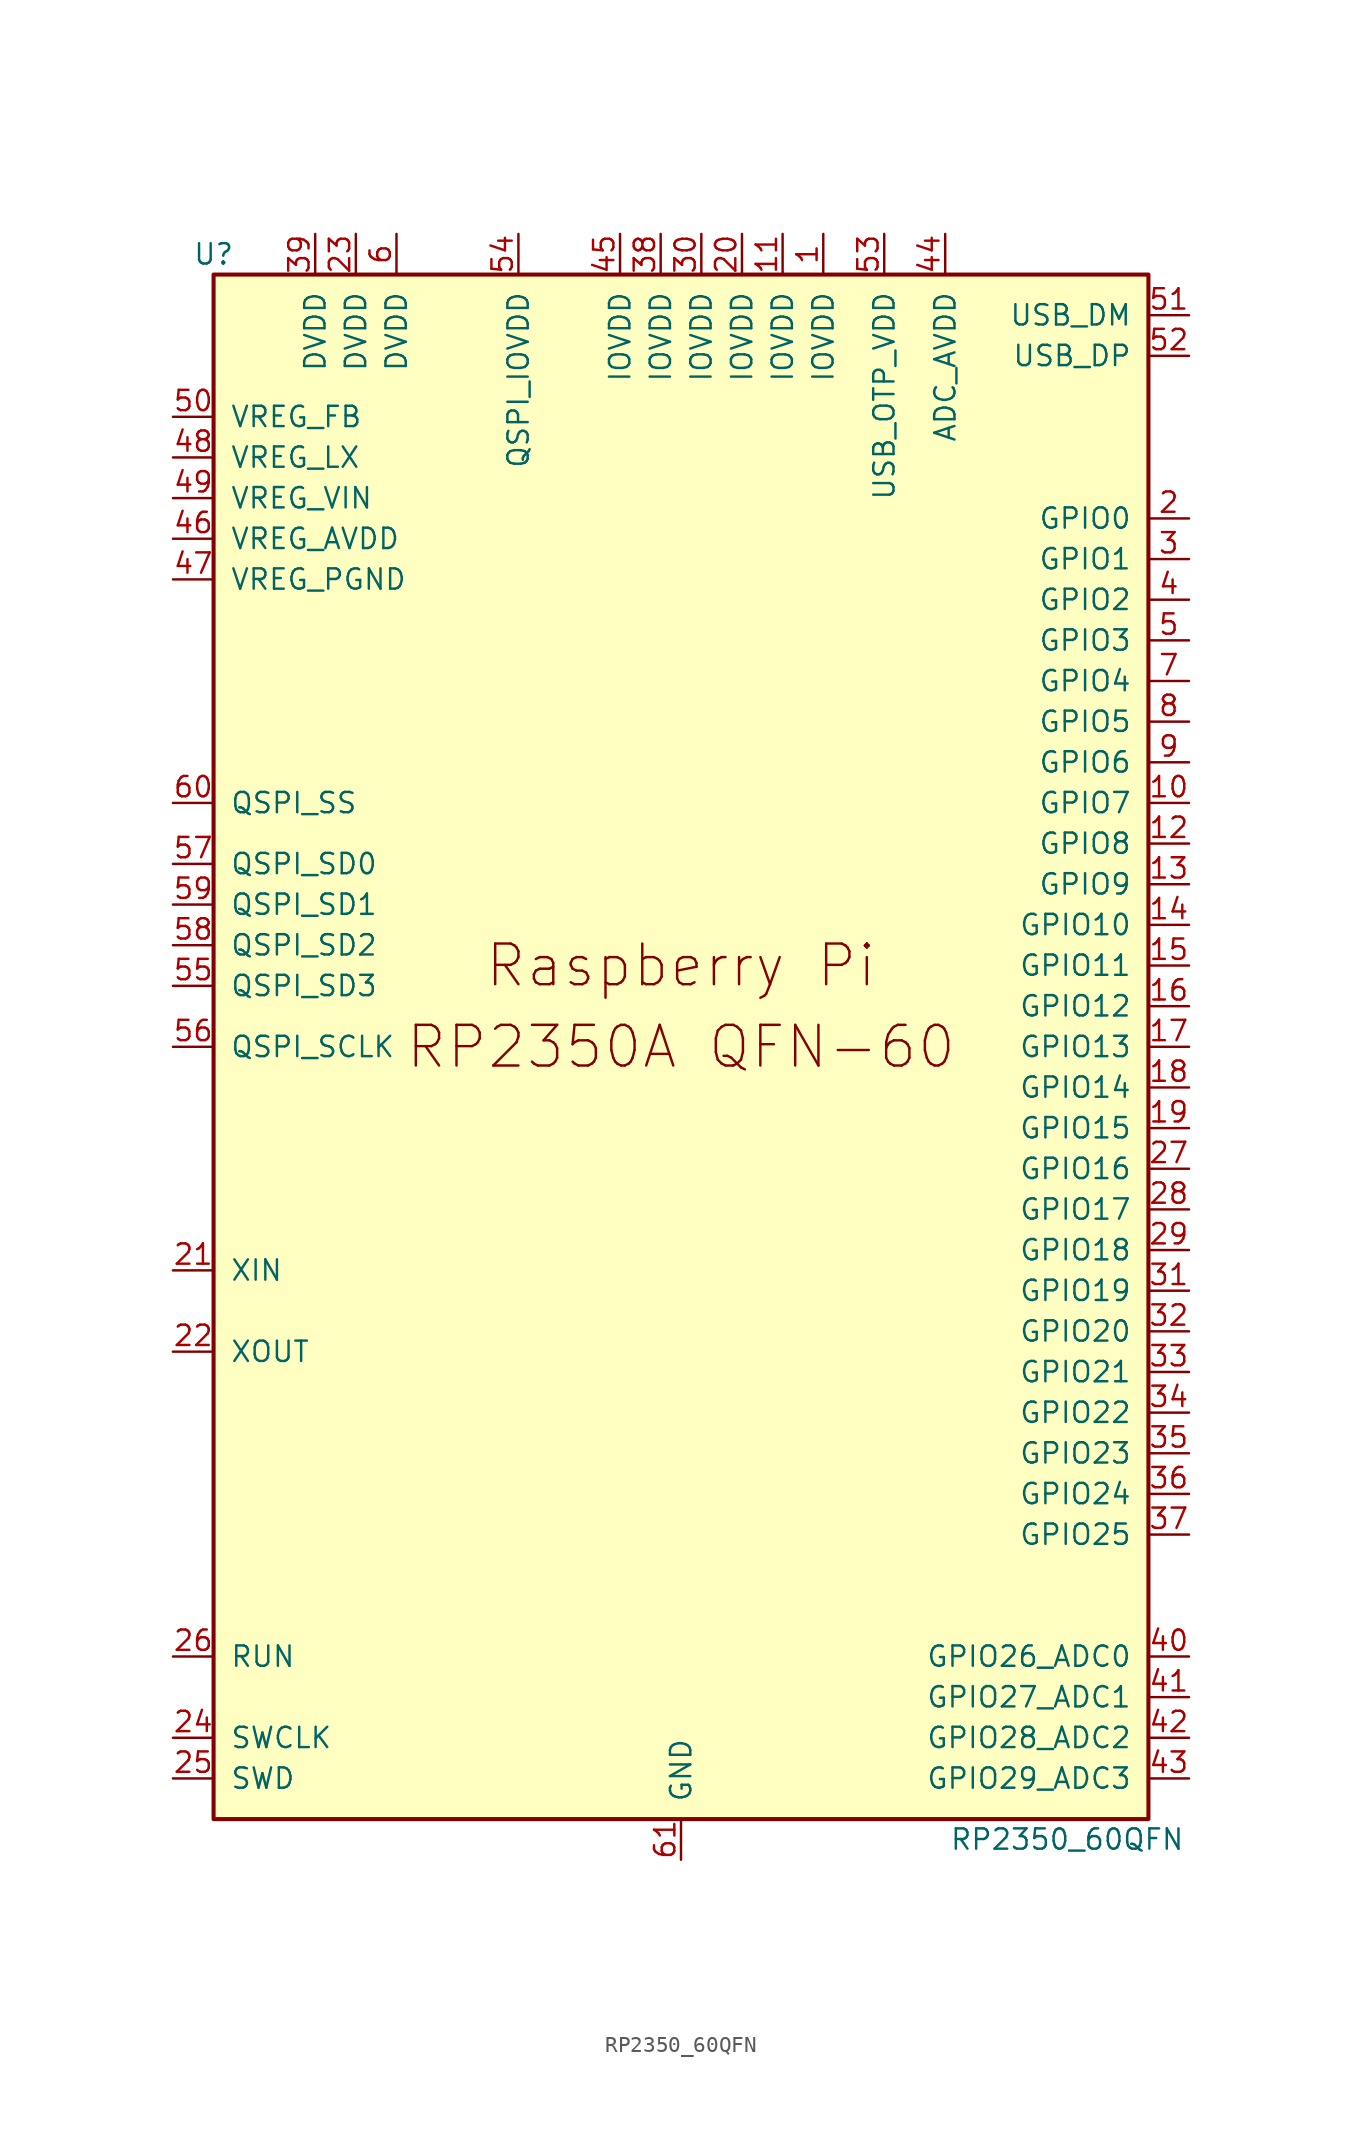
<source format=kicad_sym>
(kicad_symbol_lib
  (version 20241209)
  (generator "kicad_symbol_editor")
  (generator_version "9.0")
  (symbol "RP2350_60QFN"
    (pin_names
      (offset 1.016))
    (property "Reference" "U"
      (at -29.21 49.53 0)
      (effects (font (size 1.27 1.27))))
    (property "Value" "RP2350_60QFN"
      (at 24.13 -49.53 0)
      (effects (font (size 1.27 1.27))))
    (symbol "RP2350_60QFN_0_0"
      (text "Raspberry Pi" (at 0 5.08 0) (effects (font (size 2.54 2.54)))))
    (symbol "RP2350_60QFN_0_1"
      (rectangle (start 29.21 48.26) (end -29.21 -48.26) (stroke (width 0.254) (type default)) (fill (type background))))
    (symbol "RP2350_60QFN_1_0"
      (text "RP2350A QFN-60" (at 0 0 0) (effects (font (size 2.54 2.54)))))
    (symbol "RP2350_60QFN_1_1"
      (pin input line (at -31.75 39.37 0) (length 2.54) (name "VREG_FB" (effects (font (size 1.27 1.27)))) (number "50" (effects (font (size 1.27 1.27)))))
      (pin power_out line (at -31.75 36.83 0) (length 2.54) (name "VREG_LX" (effects (font (size 1.27 1.27)))) (number "48" (effects (font (size 1.27 1.27)))))
      (pin power_in line (at -31.75 34.29 0) (length 2.54) (name "VREG_VIN" (effects (font (size 1.27 1.27)))) (number "49" (effects (font (size 1.27 1.27)))))
      (pin power_in line (at -31.75 31.75 0) (length 2.54) (name "VREG_AVDD" (effects (font (size 1.27 1.27)))) (number "46" (effects (font (size 1.27 1.27)))))
      (pin power_in line (at -31.75 29.21 0) (length 2.54) (name "VREG_PGND" (effects (font (size 1.27 1.27)))) (number "47" (effects (font (size 1.27 1.27)))))
      (pin bidirectional line (at -31.75 15.24 0) (length 2.54) (name "QSPI_SS" (effects (font (size 1.27 1.27)))) (number "60" (effects (font (size 1.27 1.27)))))
      (pin bidirectional line (at -31.75 11.43 0) (length 2.54) (name "QSPI_SD0" (effects (font (size 1.27 1.27)))) (number "57" (effects (font (size 1.27 1.27)))))
      (pin bidirectional line (at -31.75 8.89 0) (length 2.54) (name "QSPI_SD1" (effects (font (size 1.27 1.27)))) (number "59" (effects (font (size 1.27 1.27)))))
      (pin bidirectional line (at -31.75 6.35 0) (length 2.54) (name "QSPI_SD2" (effects (font (size 1.27 1.27)))) (number "58" (effects (font (size 1.27 1.27)))))
      (pin bidirectional line (at -31.75 3.81 0) (length 2.54) (name "QSPI_SD3" (effects (font (size 1.27 1.27)))) (number "55" (effects (font (size 1.27 1.27)))))
      (pin output line (at -31.75 0 0) (length 2.54) (name "QSPI_SCLK" (effects (font (size 1.27 1.27)))) (number "56" (effects (font (size 1.27 1.27)))))
      (pin input line (at -31.75 -13.97 0) (length 2.54) (name "XIN" (effects (font (size 1.27 1.27)))) (number "21" (effects (font (size 1.27 1.27)))))
      (pin passive line (at -31.75 -19.05 0) (length 2.54) (name "XOUT" (effects (font (size 1.27 1.27)))) (number "22" (effects (font (size 1.27 1.27)))))
      (pin input line (at -31.75 -38.1 0) (length 2.54) (name "RUN" (effects (font (size 1.27 1.27)))) (number "26" (effects (font (size 1.27 1.27)))))
      (pin output line (at -31.75 -43.18 0) (length 2.54) (name "SWCLK" (effects (font (size 1.27 1.27)))) (number "24" (effects (font (size 1.27 1.27)))))
      (pin bidirectional line (at -31.75 -45.72 0) (length 2.54) (name "SWD" (effects (font (size 1.27 1.27)))) (number "25" (effects (font (size 1.27 1.27)))))
      (pin power_in line (at -22.86 50.8 270) (length 2.54) (name "DVDD" (effects (font (size 1.27 1.27)))) (number "39" (effects (font (size 1.27 1.27)))))
      (pin power_in line (at -20.32 50.8 270) (length 2.54) (name "DVDD" (effects (font (size 1.27 1.27)))) (number "23" (effects (font (size 1.27 1.27)))))
      (pin power_in line (at -17.78 50.8 270) (length 2.54) (name "DVDD" (effects (font (size 1.27 1.27)))) (number "6" (effects (font (size 1.27 1.27)))))
      (pin power_in line (at -10.16 50.8 270) (length 2.54) (name "QSPI_IOVDD" (effects (font (size 1.27 1.27)))) (number "54" (effects (font (size 1.27 1.27)))))
      (pin power_in line (at -3.81 50.8 270) (length 2.54) (name "IOVDD" (effects (font (size 1.27 1.27)))) (number "45" (effects (font (size 1.27 1.27)))))
      (pin power_in line (at -1.27 50.8 270) (length 2.54) (name "IOVDD" (effects (font (size 1.27 1.27)))) (number "38" (effects (font (size 1.27 1.27)))))
      (pin power_in line (at 0 -50.8 90) (length 2.54) (name "GND" (effects (font (size 1.27 1.27)))) (number "61" (effects (font (size 1.27 1.27)))))
      (pin power_in line (at 1.27 50.8 270) (length 2.54) (name "IOVDD" (effects (font (size 1.27 1.27)))) (number "30" (effects (font (size 1.27 1.27)))))
      (pin power_in line (at 3.81 50.8 270) (length 2.54) (name "IOVDD" (effects (font (size 1.27 1.27)))) (number "20" (effects (font (size 1.27 1.27)))))
      (pin power_in line (at 6.35 50.8 270) (length 2.54) (name "IOVDD" (effects (font (size 1.27 1.27)))) (number "11" (effects (font (size 1.27 1.27)))))
      (pin power_in line (at 8.89 50.8 270) (length 2.54) (name "IOVDD" (effects (font (size 1.27 1.27)))) (number "1" (effects (font (size 1.27 1.27)))))
      (pin power_in line (at 12.7 50.8 270) (length 2.54) (name "USB_OTP_VDD" (effects (font (size 1.27 1.27)))) (number "53" (effects (font (size 1.27 1.27)))))
      (pin power_in line (at 16.51 50.8 270) (length 2.54) (name "ADC_AVDD" (effects (font (size 1.27 1.27)))) (number "44" (effects (font (size 1.27 1.27)))))
      (pin bidirectional line (at 31.75 45.72 180) (length 2.54) (name "USB_DM" (effects (font (size 1.27 1.27)))) (number "51" (effects (font (size 1.27 1.27)))))
      (pin bidirectional line (at 31.75 43.18 180) (length 2.54) (name "USB_DP" (effects (font (size 1.27 1.27)))) (number "52" (effects (font (size 1.27 1.27)))))
      (pin bidirectional line (at 31.75 33.02 180) (length 2.54) (name "GPIO0" (effects (font (size 1.27 1.27)))) (number "2" (effects (font (size 1.27 1.27)))))
      (pin bidirectional line (at 31.75 30.48 180) (length 2.54) (name "GPIO1" (effects (font (size 1.27 1.27)))) (number "3" (effects (font (size 1.27 1.27)))))
      (pin bidirectional line (at 31.75 27.94 180) (length 2.54) (name "GPIO2" (effects (font (size 1.27 1.27)))) (number "4" (effects (font (size 1.27 1.27)))))
      (pin bidirectional line (at 31.75 25.4 180) (length 2.54) (name "GPIO3" (effects (font (size 1.27 1.27)))) (number "5" (effects (font (size 1.27 1.27)))))
      (pin bidirectional line (at 31.75 22.86 180) (length 2.54) (name "GPIO4" (effects (font (size 1.27 1.27)))) (number "7" (effects (font (size 1.27 1.27)))))
      (pin bidirectional line (at 31.75 20.32 180) (length 2.54) (name "GPIO5" (effects (font (size 1.27 1.27)))) (number "8" (effects (font (size 1.27 1.27)))))
      (pin bidirectional line (at 31.75 17.78 180) (length 2.54) (name "GPIO6" (effects (font (size 1.27 1.27)))) (number "9" (effects (font (size 1.27 1.27)))))
      (pin bidirectional line (at 31.75 15.24 180) (length 2.54) (name "GPIO7" (effects (font (size 1.27 1.27)))) (number "10" (effects (font (size 1.27 1.27)))))
      (pin bidirectional line (at 31.75 12.7 180) (length 2.54) (name "GPIO8" (effects (font (size 1.27 1.27)))) (number "12" (effects (font (size 1.27 1.27)))))
      (pin bidirectional line (at 31.75 10.16 180) (length 2.54) (name "GPIO9" (effects (font (size 1.27 1.27)))) (number "13" (effects (font (size 1.27 1.27)))))
      (pin bidirectional line (at 31.75 7.62 180) (length 2.54) (name "GPIO10" (effects (font (size 1.27 1.27)))) (number "14" (effects (font (size 1.27 1.27)))))
      (pin bidirectional line (at 31.75 5.08 180) (length 2.54) (name "GPIO11" (effects (font (size 1.27 1.27)))) (number "15" (effects (font (size 1.27 1.27)))))
      (pin bidirectional line (at 31.75 2.54 180) (length 2.54) (name "GPIO12" (effects (font (size 1.27 1.27)))) (number "16" (effects (font (size 1.27 1.27)))))
      (pin bidirectional line (at 31.75 0 180) (length 2.54) (name "GPIO13" (effects (font (size 1.27 1.27)))) (number "17" (effects (font (size 1.27 1.27)))))
      (pin bidirectional line (at 31.75 -2.54 180) (length 2.54) (name "GPIO14" (effects (font (size 1.27 1.27)))) (number "18" (effects (font (size 1.27 1.27)))))
      (pin bidirectional line (at 31.75 -5.08 180) (length 2.54) (name "GPIO15" (effects (font (size 1.27 1.27)))) (number "19" (effects (font (size 1.27 1.27)))))
      (pin bidirectional line (at 31.75 -7.62 180) (length 2.54) (name "GPIO16" (effects (font (size 1.27 1.27)))) (number "27" (effects (font (size 1.27 1.27)))))
      (pin bidirectional line (at 31.75 -10.16 180) (length 2.54) (name "GPIO17" (effects (font (size 1.27 1.27)))) (number "28" (effects (font (size 1.27 1.27)))))
      (pin bidirectional line (at 31.75 -12.7 180) (length 2.54) (name "GPIO18" (effects (font (size 1.27 1.27)))) (number "29" (effects (font (size 1.27 1.27)))))
      (pin bidirectional line (at 31.75 -15.24 180) (length 2.54) (name "GPIO19" (effects (font (size 1.27 1.27)))) (number "31" (effects (font (size 1.27 1.27)))))
      (pin bidirectional line (at 31.75 -17.78 180) (length 2.54) (name "GPIO20" (effects (font (size 1.27 1.27)))) (number "32" (effects (font (size 1.27 1.27)))))
      (pin bidirectional line (at 31.75 -20.32 180) (length 2.54) (name "GPIO21" (effects (font (size 1.27 1.27)))) (number "33" (effects (font (size 1.27 1.27)))))
      (pin bidirectional line (at 31.75 -22.86 180) (length 2.54) (name "GPIO22" (effects (font (size 1.27 1.27)))) (number "34" (effects (font (size 1.27 1.27)))))
      (pin bidirectional line (at 31.75 -25.4 180) (length 2.54) (name "GPIO23" (effects (font (size 1.27 1.27)))) (number "35" (effects (font (size 1.27 1.27)))))
      (pin bidirectional line (at 31.75 -27.94 180) (length 2.54) (name "GPIO24" (effects (font (size 1.27 1.27)))) (number "36" (effects (font (size 1.27 1.27)))))
      (pin bidirectional line (at 31.75 -30.48 180) (length 2.54) (name "GPIO25" (effects (font (size 1.27 1.27)))) (number "37" (effects (font (size 1.27 1.27)))))
      (pin bidirectional line (at 31.75 -38.1 180) (length 2.54) (name "GPIO26_ADC0" (effects (font (size 1.27 1.27)))) (number "40" (effects (font (size 1.27 1.27)))))
      (pin bidirectional line (at 31.75 -40.64 180) (length 2.54) (name "GPIO27_ADC1" (effects (font (size 1.27 1.27)))) (number "41" (effects (font (size 1.27 1.27)))))
      (pin bidirectional line (at 31.75 -43.18 180) (length 2.54) (name "GPIO28_ADC2" (effects (font (size 1.27 1.27)))) (number "42" (effects (font (size 1.27 1.27)))))
      (pin bidirectional line (at 31.75 -45.72 180) (length 2.54) (name "GPIO29_ADC3" (effects (font (size 1.27 1.27)))) (number "43" (effects (font (size 1.27 1.27))))))))
</source>
